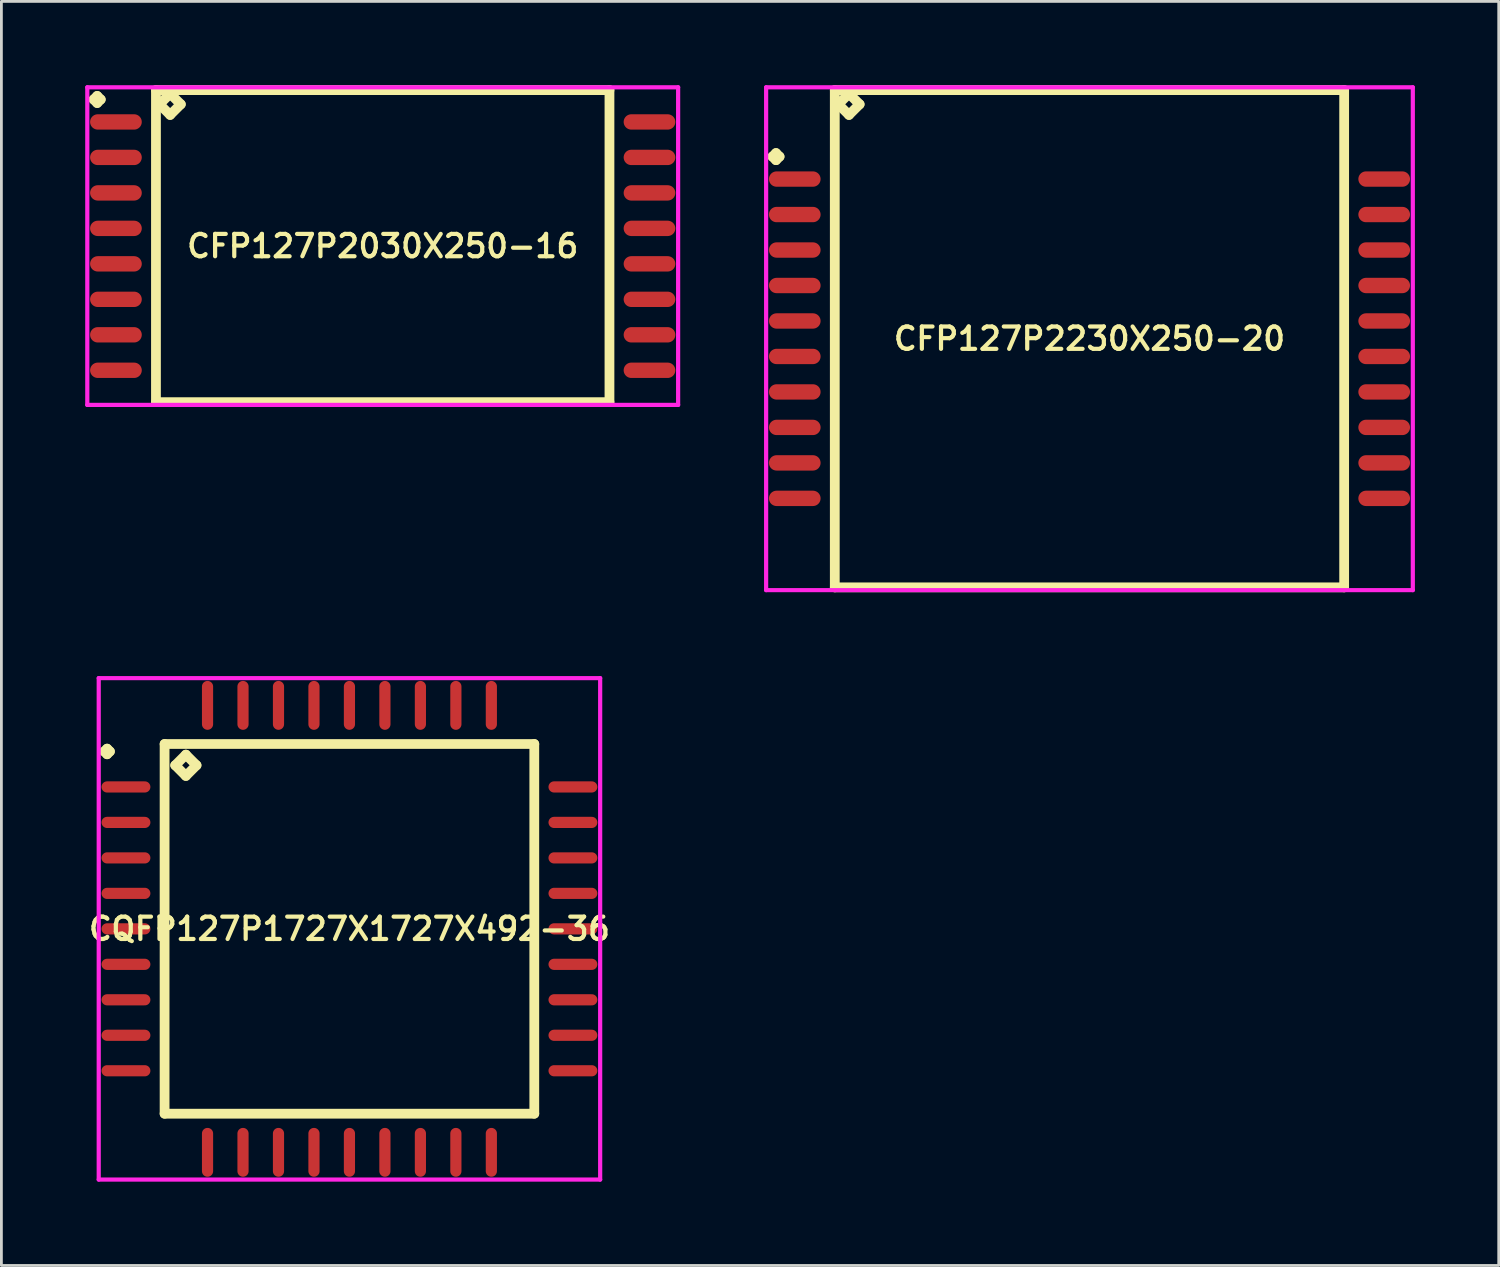
<source format=kicad_pcb>
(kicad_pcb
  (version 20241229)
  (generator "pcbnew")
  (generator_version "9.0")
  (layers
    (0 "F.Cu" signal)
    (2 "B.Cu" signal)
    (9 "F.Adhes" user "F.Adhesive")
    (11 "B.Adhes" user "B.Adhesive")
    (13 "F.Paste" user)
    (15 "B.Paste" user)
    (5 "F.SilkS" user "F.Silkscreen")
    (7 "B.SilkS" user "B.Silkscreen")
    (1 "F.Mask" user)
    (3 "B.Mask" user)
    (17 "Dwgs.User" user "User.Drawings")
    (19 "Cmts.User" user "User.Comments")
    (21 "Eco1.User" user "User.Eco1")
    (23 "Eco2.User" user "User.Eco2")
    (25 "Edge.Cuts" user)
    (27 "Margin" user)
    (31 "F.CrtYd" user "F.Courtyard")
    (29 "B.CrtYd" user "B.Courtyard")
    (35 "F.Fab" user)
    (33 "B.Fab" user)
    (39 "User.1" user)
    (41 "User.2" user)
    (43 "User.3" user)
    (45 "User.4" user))
  (footprint "CFP127P2030X250-16"
    (layer "F.Cu")
    (at 10.65 5.76)
    (property "Reference" "CFP127P2030X250-16" (at 0 0 0) (layer "F.SilkS") (effects (font (size 0.8 0.8) (thickness 0.15))))
    (attr smd)
    (fp_line (start -10.348 -5.249) (end -10.221 -5.376) (stroke (width 0.35) (type solid)) (layer "F.SilkS"))
    (fp_line (start -10.221 -5.376) (end -10.094 -5.249) (stroke (width 0.35) (type solid)) (layer "F.SilkS"))
    (fp_line (start -10.221 -5.122) (end -10.348 -5.249) (stroke (width 0.35) (type solid)) (layer "F.SilkS"))
    (fp_line (start -10.094 -5.249) (end -10.221 -5.122) (stroke (width 0.35) (type solid)) (layer "F.SilkS"))
    (fp_line (start -8.117 -5.585) (end -8.117 5.585) (stroke (width 0.35) (type solid)) (layer "F.SilkS"))
    (fp_line (start -8.117 5.585) (end 8.117 5.585) (stroke (width 0.35) (type solid)) (layer "F.SilkS"))
    (fp_line (start -7.99 -5.077) (end -7.609 -5.458) (stroke (width 0.35) (type solid)) (layer "F.SilkS"))
    (fp_line (start -7.609 -5.458) (end -7.228 -5.077) (stroke (width 0.35) (type solid)) (layer "F.SilkS"))
    (fp_line (start -7.609 -4.696) (end -7.99 -5.077) (stroke (width 0.35) (type solid)) (layer "F.SilkS"))
    (fp_line (start -7.228 -5.077) (end -7.609 -4.696) (stroke (width 0.35) (type solid)) (layer "F.SilkS"))
    (fp_line (start 8.117 -5.585) (end -8.117 -5.585) (stroke (width 0.35) (type solid)) (layer "F.SilkS"))
    (fp_line (start 8.117 5.585) (end 8.117 -5.585) (stroke (width 0.35) (type solid)) (layer "F.SilkS"))
    (fp_line (start -10.575 -5.685) (end 10.575 -5.685) (stroke (width 0.15) (type solid)) (layer "F.CrtYd"))
    (fp_line (start -10.575 5.685) (end -10.575 -5.685) (stroke (width 0.15) (type solid)) (layer "F.CrtYd"))
    (fp_line (start 10.575 -5.685) (end 10.575 5.685) (stroke (width 0.15) (type solid)) (layer "F.CrtYd"))
    (fp_line (start 10.575 5.685) (end -10.575 5.685) (stroke (width 0.15) (type solid)) (layer "F.CrtYd"))
    (pad "1" smd oval (at -9.55 -4.445) (size 1.85 0.55) (layers "F.Cu" "F.Mask" "F.Paste"))
    (pad "2" smd oval (at -9.55 -3.175) (size 1.85 0.55) (layers "F.Cu" "F.Mask" "F.Paste"))
    (pad "3" smd oval (at -9.55 -1.905) (size 1.85 0.55) (layers "F.Cu" "F.Mask" "F.Paste"))
    (pad "4" smd oval (at -9.55 -0.635) (size 1.85 0.55) (layers "F.Cu" "F.Mask" "F.Paste"))
    (pad "5" smd oval (at -9.55 0.635) (size 1.85 0.55) (layers "F.Cu" "F.Mask" "F.Paste"))
    (pad "6" smd oval (at -9.55 1.905) (size 1.85 0.55) (layers "F.Cu" "F.Mask" "F.Paste"))
    (pad "7" smd oval (at -9.55 3.175) (size 1.85 0.55) (layers "F.Cu" "F.Mask" "F.Paste"))
    (pad "8" smd oval (at -9.55 4.445) (size 1.85 0.55) (layers "F.Cu" "F.Mask" "F.Paste"))
    (pad "9" smd oval (at 9.55 4.445) (size 1.85 0.55) (layers "F.Cu" "F.Mask" "F.Paste"))
    (pad "10" smd oval (at 9.55 3.175) (size 1.85 0.55) (layers "F.Cu" "F.Mask" "F.Paste"))
    (pad "11" smd oval (at 9.55 1.905) (size 1.85 0.55) (layers "F.Cu" "F.Mask" "F.Paste"))
    (pad "12" smd oval (at 9.55 0.635) (size 1.85 0.55) (layers "F.Cu" "F.Mask" "F.Paste"))
    (pad "13" smd oval (at 9.55 -0.635) (size 1.85 0.55) (layers "F.Cu" "F.Mask" "F.Paste"))
    (pad "14" smd oval (at 9.55 -1.905) (size 1.85 0.55) (layers "F.Cu" "F.Mask" "F.Paste"))
    (pad "15" smd oval (at 9.55 -3.175) (size 1.85 0.55) (layers "F.Cu" "F.Mask" "F.Paste"))
    (pad "16" smd oval (at 9.55 -4.445) (size 1.85 0.55) (layers "F.Cu" "F.Mask" "F.Paste")))
  (footprint "CFP127P2230X250-20"
    (layer "F.Cu")
    (at 35.95 9.075)
    (property "Reference" "CFP127P2230X250-20" (at 0 0 0) (layer "F.SilkS") (effects (font (size 0.8 0.8) (thickness 0.15))))
    (attr smd)
    (fp_line (start -11.348 -6.519) (end -11.221 -6.646) (stroke (width 0.35) (type solid)) (layer "F.SilkS"))
    (fp_line (start -11.221 -6.646) (end -11.094 -6.519) (stroke (width 0.35) (type solid)) (layer "F.SilkS"))
    (fp_line (start -11.221 -6.392) (end -11.348 -6.519) (stroke (width 0.35) (type solid)) (layer "F.SilkS"))
    (fp_line (start -11.094 -6.519) (end -11.221 -6.392) (stroke (width 0.35) (type solid)) (layer "F.SilkS"))
    (fp_line (start -9.117 -8.9) (end -9.117 8.9) (stroke (width 0.35) (type solid)) (layer "F.SilkS"))
    (fp_line (start -9.117 8.9) (end 9.117 8.9) (stroke (width 0.35) (type solid)) (layer "F.SilkS"))
    (fp_line (start -8.99 -8.392) (end -8.609 -8.773) (stroke (width 0.35) (type solid)) (layer "F.SilkS"))
    (fp_line (start -8.609 -8.773) (end -8.228 -8.392) (stroke (width 0.35) (type solid)) (layer "F.SilkS"))
    (fp_line (start -8.609 -8.011) (end -8.99 -8.392) (stroke (width 0.35) (type solid)) (layer "F.SilkS"))
    (fp_line (start -8.228 -8.392) (end -8.609 -8.011) (stroke (width 0.35) (type solid)) (layer "F.SilkS"))
    (fp_line (start 9.117 -8.9) (end -9.117 -8.9) (stroke (width 0.35) (type solid)) (layer "F.SilkS"))
    (fp_line (start 9.117 8.9) (end 9.117 -8.9) (stroke (width 0.35) (type solid)) (layer "F.SilkS"))
    (fp_line (start -11.575 -9) (end 11.575 -9) (stroke (width 0.15) (type solid)) (layer "F.CrtYd"))
    (fp_line (start -11.575 9) (end -11.575 -9) (stroke (width 0.15) (type solid)) (layer "F.CrtYd"))
    (fp_line (start 11.575 -9) (end 11.575 9) (stroke (width 0.15) (type solid)) (layer "F.CrtYd"))
    (fp_line (start 11.575 9) (end -11.575 9) (stroke (width 0.15) (type solid)) (layer "F.CrtYd"))
    (pad "1" smd oval (at -10.55 -5.715) (size 1.85 0.55) (layers "F.Cu" "F.Mask" "F.Paste"))
    (pad "2" smd oval (at -10.55 -4.445) (size 1.85 0.55) (layers "F.Cu" "F.Mask" "F.Paste"))
    (pad "3" smd oval (at -10.55 -3.175) (size 1.85 0.55) (layers "F.Cu" "F.Mask" "F.Paste"))
    (pad "4" smd oval (at -10.55 -1.905) (size 1.85 0.55) (layers "F.Cu" "F.Mask" "F.Paste"))
    (pad "5" smd oval (at -10.55 -0.635) (size 1.85 0.55) (layers "F.Cu" "F.Mask" "F.Paste"))
    (pad "6" smd oval (at -10.55 0.635) (size 1.85 0.55) (layers "F.Cu" "F.Mask" "F.Paste"))
    (pad "7" smd oval (at -10.55 1.905) (size 1.85 0.55) (layers "F.Cu" "F.Mask" "F.Paste"))
    (pad "8" smd oval (at -10.55 3.175) (size 1.85 0.55) (layers "F.Cu" "F.Mask" "F.Paste"))
    (pad "9" smd oval (at -10.55 4.445) (size 1.85 0.55) (layers "F.Cu" "F.Mask" "F.Paste"))
    (pad "10" smd oval (at -10.55 5.715) (size 1.85 0.55) (layers "F.Cu" "F.Mask" "F.Paste"))
    (pad "11" smd oval (at 10.55 5.715) (size 1.85 0.55) (layers "F.Cu" "F.Mask" "F.Paste"))
    (pad "12" smd oval (at 10.55 4.445) (size 1.85 0.55) (layers "F.Cu" "F.Mask" "F.Paste"))
    (pad "13" smd oval (at 10.55 3.175) (size 1.85 0.55) (layers "F.Cu" "F.Mask" "F.Paste"))
    (pad "14" smd oval (at 10.55 1.905) (size 1.85 0.55) (layers "F.Cu" "F.Mask" "F.Paste"))
    (pad "15" smd oval (at 10.55 0.635) (size 1.85 0.55) (layers "F.Cu" "F.Mask" "F.Paste"))
    (pad "16" smd oval (at 10.55 -0.635) (size 1.85 0.55) (layers "F.Cu" "F.Mask" "F.Paste"))
    (pad "17" smd oval (at 10.55 -1.905) (size 1.85 0.55) (layers "F.Cu" "F.Mask" "F.Paste"))
    (pad "18" smd oval (at 10.55 -3.175) (size 1.85 0.55) (layers "F.Cu" "F.Mask" "F.Paste"))
    (pad "19" smd oval (at 10.55 -4.445) (size 1.85 0.55) (layers "F.Cu" "F.Mask" "F.Paste"))
    (pad "20" smd oval (at 10.55 -5.715) (size 1.85 0.55) (layers "F.Cu" "F.Mask" "F.Paste")))
  (footprint "CQFP127P1727X1727X492-36"
    (layer "F.Cu")
    (at 9.459 30.2)
    (property "Reference" "CQFP127P1727X1727X492-36" (at 0 0 0) (layer "F.SilkS") (effects (font (size 0.8 0.8) (thickness 0.15))))
    (attr smd)
    (fp_line (start -8.775 -6.35) (end -8.675 -6.45) (stroke (width 0.35) (type solid)) (layer "F.SilkS"))
    (fp_line (start -8.675 -6.45) (end -8.575 -6.35) (stroke (width 0.35) (type solid)) (layer "F.SilkS"))
    (fp_line (start -8.675 -6.25) (end -8.775 -6.35) (stroke (width 0.35) (type solid)) (layer "F.SilkS"))
    (fp_line (start -8.575 -6.35) (end -8.675 -6.25) (stroke (width 0.35) (type solid)) (layer "F.SilkS"))
    (fp_line (start -6.617 -6.617) (end -6.617 6.617) (stroke (width 0.35) (type solid)) (layer "F.SilkS"))
    (fp_line (start -6.617 6.617) (end 6.617 6.617) (stroke (width 0.35) (type solid)) (layer "F.SilkS"))
    (fp_line (start -6.236 -5.855) (end -5.855 -6.236) (stroke (width 0.35) (type solid)) (layer "F.SilkS"))
    (fp_line (start -5.855 -6.236) (end -5.474 -5.855) (stroke (width 0.35) (type solid)) (layer "F.SilkS"))
    (fp_line (start -5.855 -5.474) (end -6.236 -5.855) (stroke (width 0.35) (type solid)) (layer "F.SilkS"))
    (fp_line (start -5.474 -5.855) (end -5.855 -5.474) (stroke (width 0.35) (type solid)) (layer "F.SilkS"))
    (fp_line (start 6.617 -6.617) (end -6.617 -6.617) (stroke (width 0.35) (type solid)) (layer "F.SilkS"))
    (fp_line (start 6.617 6.617) (end 6.617 -6.617) (stroke (width 0.35) (type solid)) (layer "F.SilkS"))
    (fp_line (start -8.975 -8.975) (end 8.975 -8.975) (stroke (width 0.15) (type solid)) (layer "F.CrtYd"))
    (fp_line (start -8.975 8.975) (end -8.975 -8.975) (stroke (width 0.15) (type solid)) (layer "F.CrtYd"))
    (fp_line (start 8.975 -8.975) (end 8.975 8.975) (stroke (width 0.15) (type solid)) (layer "F.CrtYd"))
    (fp_line (start 8.975 8.975) (end -8.975 8.975) (stroke (width 0.15) (type solid)) (layer "F.CrtYd"))
    (pad "1" smd oval (at -8 -5.08) (size 1.75 0.4) (layers "F.Cu" "F.Mask" "F.Paste"))
    (pad "2" smd oval (at -8 -3.81) (size 1.75 0.4) (layers "F.Cu" "F.Mask" "F.Paste"))
    (pad "3" smd oval (at -8 -2.54) (size 1.75 0.4) (layers "F.Cu" "F.Mask" "F.Paste"))
    (pad "4" smd oval (at -8 -1.27) (size 1.75 0.4) (layers "F.Cu" "F.Mask" "F.Paste"))
    (pad "5" smd oval (at -8 0) (size 1.75 0.4) (layers "F.Cu" "F.Mask" "F.Paste"))
    (pad "6" smd oval (at -8 1.27) (size 1.75 0.4) (layers "F.Cu" "F.Mask" "F.Paste"))
    (pad "7" smd oval (at -8 2.54) (size 1.75 0.4) (layers "F.Cu" "F.Mask" "F.Paste"))
    (pad "8" smd oval (at -8 3.81) (size 1.75 0.4) (layers "F.Cu" "F.Mask" "F.Paste"))
    (pad "9" smd oval (at -8 5.08) (size 1.75 0.4) (layers "F.Cu" "F.Mask" "F.Paste"))
    (pad "10" smd oval (at -5.08 8) (size 0.4 1.75) (layers "F.Cu" "F.Mask" "F.Paste"))
    (pad "11" smd oval (at -3.81 8) (size 0.4 1.75) (layers "F.Cu" "F.Mask" "F.Paste"))
    (pad "12" smd oval (at -2.54 8) (size 0.4 1.75) (layers "F.Cu" "F.Mask" "F.Paste"))
    (pad "13" smd oval (at -1.27 8) (size 0.4 1.75) (layers "F.Cu" "F.Mask" "F.Paste"))
    (pad "14" smd oval (at 0 8) (size 0.4 1.75) (layers "F.Cu" "F.Mask" "F.Paste"))
    (pad "15" smd oval (at 1.27 8) (size 0.4 1.75) (layers "F.Cu" "F.Mask" "F.Paste"))
    (pad "16" smd oval (at 2.54 8) (size 0.4 1.75) (layers "F.Cu" "F.Mask" "F.Paste"))
    (pad "17" smd oval (at 3.81 8) (size 0.4 1.75) (layers "F.Cu" "F.Mask" "F.Paste"))
    (pad "18" smd oval (at 5.08 8) (size 0.4 1.75) (layers "F.Cu" "F.Mask" "F.Paste"))
    (pad "19" smd oval (at 8 5.08) (size 1.75 0.4) (layers "F.Cu" "F.Mask" "F.Paste"))
    (pad "20" smd oval (at 8 3.81) (size 1.75 0.4) (layers "F.Cu" "F.Mask" "F.Paste"))
    (pad "21" smd oval (at 8 2.54) (size 1.75 0.4) (layers "F.Cu" "F.Mask" "F.Paste"))
    (pad "22" smd oval (at 8 1.27) (size 1.75 0.4) (layers "F.Cu" "F.Mask" "F.Paste"))
    (pad "23" smd oval (at 8 0) (size 1.75 0.4) (layers "F.Cu" "F.Mask" "F.Paste"))
    (pad "24" smd oval (at 8 -1.27) (size 1.75 0.4) (layers "F.Cu" "F.Mask" "F.Paste"))
    (pad "25" smd oval (at 8 -2.54) (size 1.75 0.4) (layers "F.Cu" "F.Mask" "F.Paste"))
    (pad "26" smd oval (at 8 -3.81) (size 1.75 0.4) (layers "F.Cu" "F.Mask" "F.Paste"))
    (pad "27" smd oval (at 8 -5.08) (size 1.75 0.4) (layers "F.Cu" "F.Mask" "F.Paste"))
    (pad "28" smd oval (at 5.08 -8) (size 0.4 1.75) (layers "F.Cu" "F.Mask" "F.Paste"))
    (pad "29" smd oval (at 3.81 -8) (size 0.4 1.75) (layers "F.Cu" "F.Mask" "F.Paste"))
    (pad "30" smd oval (at 2.54 -8) (size 0.4 1.75) (layers "F.Cu" "F.Mask" "F.Paste"))
    (pad "31" smd oval (at 1.27 -8) (size 0.4 1.75) (layers "F.Cu" "F.Mask" "F.Paste"))
    (pad "32" smd oval (at 0 -8) (size 0.4 1.75) (layers "F.Cu" "F.Mask" "F.Paste"))
    (pad "33" smd oval (at -1.27 -8) (size 0.4 1.75) (layers "F.Cu" "F.Mask" "F.Paste"))
    (pad "34" smd oval (at -2.54 -8) (size 0.4 1.75) (layers "F.Cu" "F.Mask" "F.Paste"))
    (pad "35" smd oval (at -3.81 -8) (size 0.4 1.75) (layers "F.Cu" "F.Mask" "F.Paste"))
    (pad "36" smd oval (at -5.08 -8) (size 0.4 1.75) (layers "F.Cu" "F.Mask" "F.Paste")))
  (gr_rect
    (start -3 -3)
    (end 50.6 42.25)
    (stroke (width 0.1) (type default))
    (fill no)
    (layer "Edge.Cuts")))
</source>
